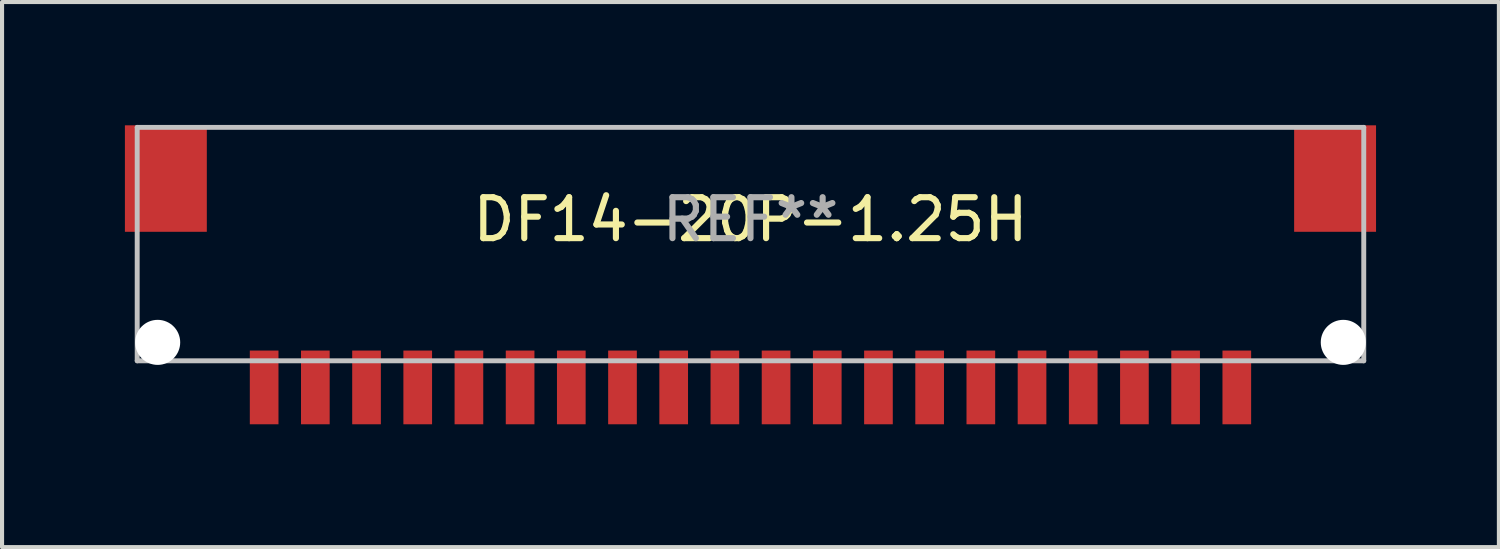
<source format=kicad_pcb>
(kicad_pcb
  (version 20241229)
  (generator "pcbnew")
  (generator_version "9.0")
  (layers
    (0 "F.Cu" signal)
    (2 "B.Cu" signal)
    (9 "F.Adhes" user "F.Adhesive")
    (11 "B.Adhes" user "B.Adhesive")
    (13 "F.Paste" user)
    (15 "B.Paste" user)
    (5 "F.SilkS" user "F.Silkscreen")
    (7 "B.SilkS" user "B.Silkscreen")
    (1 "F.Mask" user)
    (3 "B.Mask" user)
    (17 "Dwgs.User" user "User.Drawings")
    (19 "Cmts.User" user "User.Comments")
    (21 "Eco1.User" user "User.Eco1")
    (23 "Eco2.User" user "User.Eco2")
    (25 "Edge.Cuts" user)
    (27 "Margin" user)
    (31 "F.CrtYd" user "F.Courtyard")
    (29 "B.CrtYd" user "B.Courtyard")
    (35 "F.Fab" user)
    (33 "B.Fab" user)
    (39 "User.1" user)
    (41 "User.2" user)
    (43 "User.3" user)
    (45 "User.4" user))
  (footprint "DF14-20P-1.25H"
    (layer "F.Cu")
    (at 15.275 5.31)
    (property "Reference" "DF14-20P-1.25H" (at 0 -3 0) (unlocked yes) (layer "F.SilkS") (effects (font (size 1 1) (thickness 0.15))))
    (attr smd)
    (fp_line (start -14.975 -5.25) (end -14.975 0.45) (stroke (width 0.12) (type solid)) (layer "Dwgs.User"))
    (fp_line (start -14.975 -5.25) (end 14.975 -5.25) (stroke (width 0.12) (type solid)) (layer "Dwgs.User"))
    (fp_line (start 14.975 -5.25) (end 14.975 0.45) (stroke (width 0.12) (type solid)) (layer "Dwgs.User"))
    (fp_line (start 14.975 0.45) (end -14.975 0.45) (stroke (width 0.12) (type solid)) (layer "Dwgs.User"))
    (fp_text user "REF**" (at 0 -3 0) (unlocked yes) (layer "F.Fab") (effects (font (size 1 1) (thickness 0.15))))
    (pad "" np_thru_hole circle (at -14.475 0) (size 1.1 1.1) (drill 1.1) (layers "*.Cu" "*.Mask"))
    (pad "" smd rect (at -14.275 -4) (size 2 2.6) (layers "F.Cu" "F.Mask" "F.Paste"))
    (pad "" smd rect (at 14.275 -4) (size 2 2.6) (layers "F.Cu" "F.Mask" "F.Paste"))
    (pad "" np_thru_hole circle (at 14.475 0) (size 1.1 1.1) (drill 1.1) (layers "*.Cu" "*.Mask"))
    (pad "1" smd rect (at -11.875 1.1) (size 0.7 1.8) (layers "F.Cu" "F.Mask" "F.Paste"))
    (pad "2" smd rect (at -10.625 1.1) (size 0.7 1.8) (layers "F.Cu" "F.Mask" "F.Paste"))
    (pad "3" smd rect (at -9.375 1.1) (size 0.7 1.8) (layers "F.Cu" "F.Mask" "F.Paste"))
    (pad "4" smd rect (at -8.125 1.1) (size 0.7 1.8) (layers "F.Cu" "F.Mask" "F.Paste"))
    (pad "5" smd rect (at -6.875 1.1) (size 0.7 1.8) (layers "F.Cu" "F.Mask" "F.Paste"))
    (pad "6" smd rect (at -5.625 1.1) (size 0.7 1.8) (layers "F.Cu" "F.Mask" "F.Paste"))
    (pad "7" smd rect (at -4.375 1.1) (size 0.7 1.8) (layers "F.Cu" "F.Mask" "F.Paste"))
    (pad "8" smd rect (at -3.125 1.1) (size 0.7 1.8) (layers "F.Cu" "F.Mask" "F.Paste"))
    (pad "9" smd rect (at -1.875 1.1) (size 0.7 1.8) (layers "F.Cu" "F.Mask" "F.Paste"))
    (pad "10" smd rect (at -0.625 1.1) (size 0.7 1.8) (layers "F.Cu" "F.Mask" "F.Paste"))
    (pad "11" smd rect (at 0.625 1.1) (size 0.7 1.8) (layers "F.Cu" "F.Mask" "F.Paste"))
    (pad "12" smd rect (at 1.875 1.1) (size 0.7 1.8) (layers "F.Cu" "F.Mask" "F.Paste"))
    (pad "13" smd rect (at 3.125 1.1) (size 0.7 1.8) (layers "F.Cu" "F.Mask" "F.Paste"))
    (pad "14" smd rect (at 4.375 1.1) (size 0.7 1.8) (layers "F.Cu" "F.Mask" "F.Paste"))
    (pad "15" smd rect (at 5.625 1.1) (size 0.7 1.8) (layers "F.Cu" "F.Mask" "F.Paste"))
    (pad "16" smd rect (at 6.875 1.1) (size 0.7 1.8) (layers "F.Cu" "F.Mask" "F.Paste"))
    (pad "17" smd rect (at 8.125 1.1) (size 0.7 1.8) (layers "F.Cu" "F.Mask" "F.Paste"))
    (pad "18" smd rect (at 9.375 1.1) (size 0.7 1.8) (layers "F.Cu" "F.Mask" "F.Paste"))
    (pad "19" smd rect (at 10.625 1.1) (size 0.7 1.8) (layers "F.Cu" "F.Mask" "F.Paste"))
    (pad "20" smd rect (at 11.875 1.1) (size 0.7 1.8) (layers "F.Cu" "F.Mask" "F.Paste")))
  (gr_rect
    (start -3 -3)
    (end 33.55 10.31)
    (stroke (width 0.1) (type default))
    (fill no)
    (layer "Edge.Cuts")))
</source>
